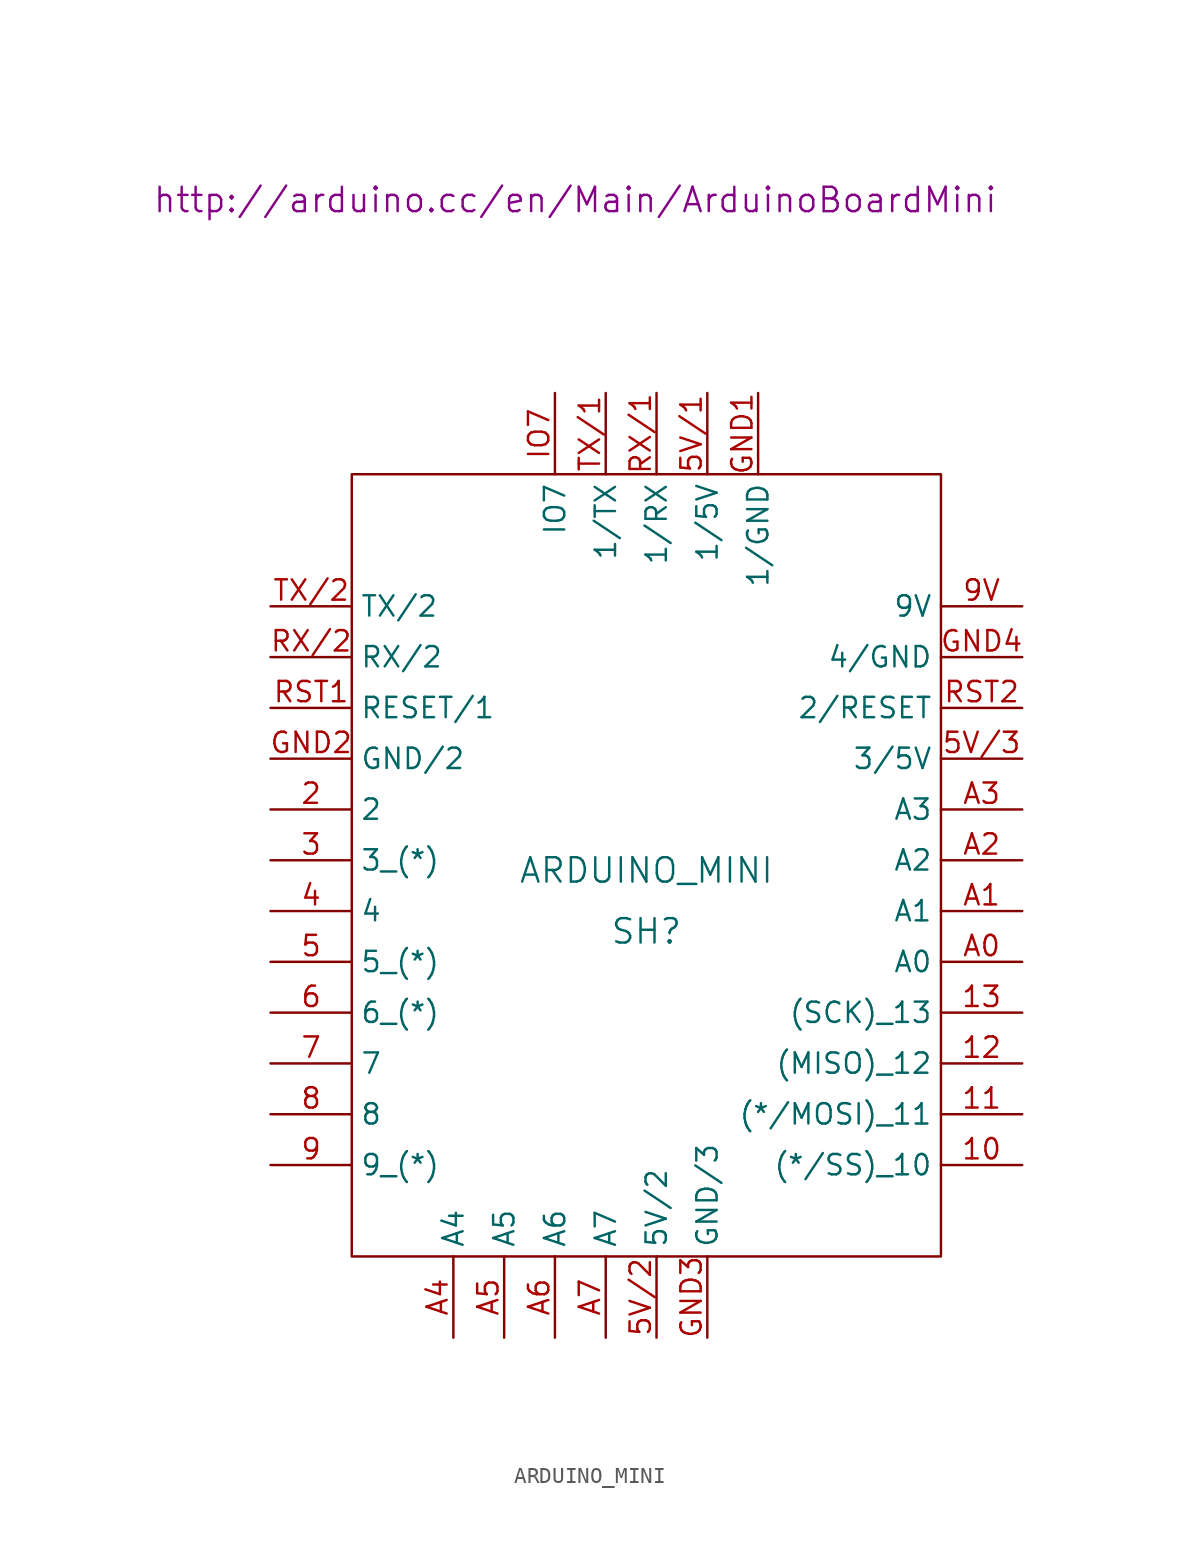
<source format=kicad_sym>
(kicad_symbol_lib
  (version 20220102)
  (generator kicad_symbol_editor)
  (symbol "ARDUINO_MINI"
    (property "Reference" "SH"
      (at 0 -3.175 0)
      (effects (font (size 1.524 1.524))))
    (property "Value" "ARDUINO_MINI"
      (at 0 0.635 0)
      (effects (font (size 1.524 1.524))))
    (property "Footprint" ""
      (at -4.445 42.545 0)
      (effects (font (size 1.524 1.524))))
    (property "Datasheet" "http://arduino.cc/en/Main/ArduinoBoardMini"
      (at -4.445 42.545 0)
      (effects (font (size 1.524 1.524))))
    (symbol "ARDUINO_MINI_0_1"
      (rectangle (start -18.415 25.4) (end 18.415 -23.495) (stroke (width 0) (type default)) (fill (type none))))
    (symbol "ARDUINO_MINI_1_1"
      (pin input line (at 23.495 -17.78 180) (length 5.08) (name "(*/SS)_10" (effects (font (size 1.27 1.27)))) (number "10" (effects (font (size 1.27 1.27)))))
      (pin input line (at 23.495 -14.605 180) (length 5.08) (name "(*/MOSI)_11" (effects (font (size 1.27 1.27)))) (number "11" (effects (font (size 1.27 1.27)))))
      (pin input line (at 23.495 -11.43 180) (length 5.08) (name "(MISO)_12" (effects (font (size 1.27 1.27)))) (number "12" (effects (font (size 1.27 1.27)))))
      (pin input line (at 23.495 -8.255 180) (length 5.08) (name "(SCK)_13" (effects (font (size 1.27 1.27)))) (number "13" (effects (font (size 1.27 1.27)))))
      (pin input line (at -23.495 4.445 0) (length 5.08) (name "2" (effects (font (size 1.27 1.27)))) (number "2" (effects (font (size 1.27 1.27)))))
      (pin input line (at -23.495 1.27 0) (length 5.08) (name "3_(*)" (effects (font (size 1.27 1.27)))) (number "3" (effects (font (size 1.27 1.27)))))
      (pin input line (at -23.495 -1.905 0) (length 5.08) (name "4" (effects (font (size 1.27 1.27)))) (number "4" (effects (font (size 1.27 1.27)))))
      (pin input line (at -23.495 -5.08 0) (length 5.08) (name "5_(*)" (effects (font (size 1.27 1.27)))) (number "5" (effects (font (size 1.27 1.27)))))
      (pin input line (at 3.81 30.48 270) (length 5.08) (name "1/5V" (effects (font (size 1.27 1.27)))) (number "5V/1" (effects (font (size 1.27 1.27)))))
      (pin input line (at 0.635 -28.575 90) (length 5.08) (name "5V/2" (effects (font (size 1.27 1.27)))) (number "5V/2" (effects (font (size 1.27 1.27)))))
      (pin input line (at 23.495 7.62 180) (length 5.08) (name "3/5V" (effects (font (size 1.27 1.27)))) (number "5V/3" (effects (font (size 1.27 1.27)))))
      (pin input line (at -23.495 -8.255 0) (length 5.08) (name "6_(*)" (effects (font (size 1.27 1.27)))) (number "6" (effects (font (size 1.27 1.27)))))
      (pin input line (at -23.495 -11.43 0) (length 5.08) (name "7" (effects (font (size 1.27 1.27)))) (number "7" (effects (font (size 1.27 1.27)))))
      (pin input line (at -23.495 -14.605 0) (length 5.08) (name "8" (effects (font (size 1.27 1.27)))) (number "8" (effects (font (size 1.27 1.27)))))
      (pin input line (at -23.495 -17.78 0) (length 5.08) (name "9_(*)" (effects (font (size 1.27 1.27)))) (number "9" (effects (font (size 1.27 1.27)))))
      (pin input line (at 23.495 17.145 180) (length 5.08) (name "9V" (effects (font (size 1.27 1.27)))) (number "9V" (effects (font (size 1.27 1.27)))))
      (pin input line (at 23.495 -5.08 180) (length 5.08) (name "A0" (effects (font (size 1.27 1.27)))) (number "A0" (effects (font (size 1.27 1.27)))))
      (pin input line (at 23.495 -1.905 180) (length 5.08) (name "A1" (effects (font (size 1.27 1.27)))) (number "A1" (effects (font (size 1.27 1.27)))))
      (pin input line (at 23.495 1.27 180) (length 5.08) (name "A2" (effects (font (size 1.27 1.27)))) (number "A2" (effects (font (size 1.27 1.27)))))
      (pin input line (at 23.495 4.445 180) (length 5.08) (name "A3" (effects (font (size 1.27 1.27)))) (number "A3" (effects (font (size 1.27 1.27)))))
      (pin input line (at -12.065 -28.575 90) (length 5.08) (name "A4" (effects (font (size 1.27 1.27)))) (number "A4" (effects (font (size 1.27 1.27)))))
      (pin input line (at -8.89 -28.575 90) (length 5.08) (name "A5" (effects (font (size 1.27 1.27)))) (number "A5" (effects (font (size 1.27 1.27)))))
      (pin input line (at -5.715 -28.575 90) (length 5.08) (name "A6" (effects (font (size 1.27 1.27)))) (number "A6" (effects (font (size 1.27 1.27)))))
      (pin input line (at -2.54 -28.575 90) (length 5.08) (name "A7" (effects (font (size 1.27 1.27)))) (number "A7" (effects (font (size 1.27 1.27)))))
      (pin input line (at 6.985 30.48 270) (length 5.08) (name "1/GND" (effects (font (size 1.27 1.27)))) (number "GND1" (effects (font (size 1.27 1.27)))))
      (pin input line (at -23.495 7.62 0) (length 5.08) (name "GND/2" (effects (font (size 1.27 1.27)))) (number "GND2" (effects (font (size 1.27 1.27)))))
      (pin input line (at 3.81 -28.575 90) (length 5.08) (name "GND/3" (effects (font (size 1.27 1.27)))) (number "GND3" (effects (font (size 1.27 1.27)))))
      (pin input line (at 23.495 13.97 180) (length 5.08) (name "4/GND" (effects (font (size 1.27 1.27)))) (number "GND4" (effects (font (size 1.27 1.27)))))
      (pin input line (at -5.715 30.48 270) (length 5.08) (name "IO7" (effects (font (size 1.27 1.27)))) (number "IO7" (effects (font (size 1.27 1.27)))))
      (pin input line (at -23.495 10.795 0) (length 5.08) (name "RESET/1" (effects (font (size 1.27 1.27)))) (number "RST1" (effects (font (size 1.27 1.27)))))
      (pin input line (at 23.495 10.795 180) (length 5.08) (name "2/RESET" (effects (font (size 1.27 1.27)))) (number "RST2" (effects (font (size 1.27 1.27)))))
      (pin input line (at 0.635 30.48 270) (length 5.08) (name "1/RX" (effects (font (size 1.27 1.27)))) (number "RX/1" (effects (font (size 1.27 1.27)))))
      (pin input line (at -23.495 13.97 0) (length 5.08) (name "RX/2" (effects (font (size 1.27 1.27)))) (number "RX/2" (effects (font (size 1.27 1.27)))))
      (pin input line (at -2.54 30.48 270) (length 5.08) (name "1/TX" (effects (font (size 1.27 1.27)))) (number "TX/1" (effects (font (size 1.27 1.27)))))
      (pin input line (at -23.495 17.145 0) (length 5.08) (name "TX/2" (effects (font (size 1.27 1.27)))) (number "TX/2" (effects (font (size 1.27 1.27))))))))
</source>
